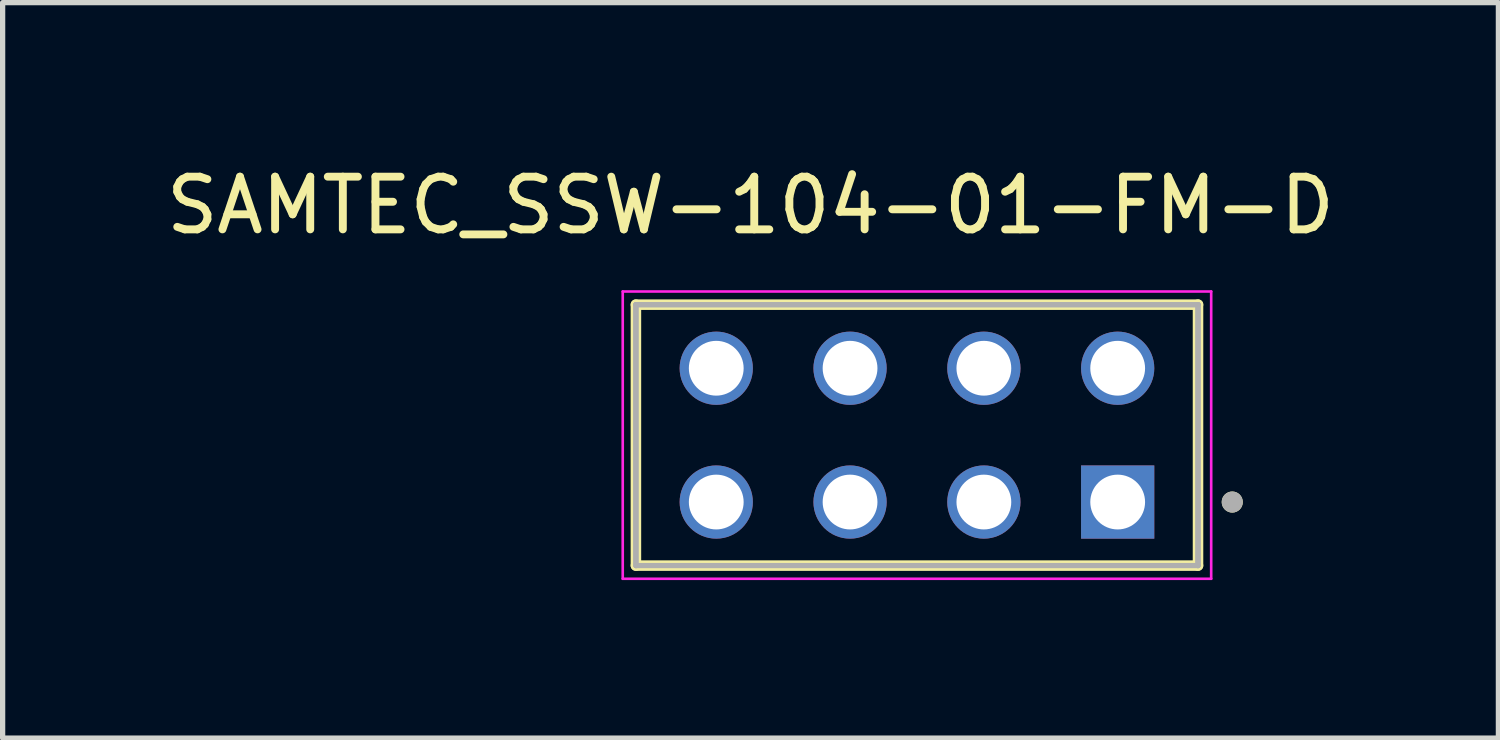
<source format=kicad_pcb>
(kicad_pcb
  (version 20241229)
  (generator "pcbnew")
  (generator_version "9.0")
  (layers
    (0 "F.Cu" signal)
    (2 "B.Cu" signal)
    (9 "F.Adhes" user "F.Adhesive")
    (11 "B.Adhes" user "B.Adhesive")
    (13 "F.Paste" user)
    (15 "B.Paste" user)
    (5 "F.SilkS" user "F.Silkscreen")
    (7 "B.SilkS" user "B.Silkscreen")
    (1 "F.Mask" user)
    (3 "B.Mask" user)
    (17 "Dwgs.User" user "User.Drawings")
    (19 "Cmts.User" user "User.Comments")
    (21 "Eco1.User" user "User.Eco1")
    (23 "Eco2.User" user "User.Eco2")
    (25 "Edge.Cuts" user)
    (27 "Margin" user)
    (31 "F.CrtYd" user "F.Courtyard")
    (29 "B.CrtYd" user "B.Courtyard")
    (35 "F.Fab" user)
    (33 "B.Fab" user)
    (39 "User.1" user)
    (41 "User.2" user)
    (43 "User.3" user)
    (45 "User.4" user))
  (footprint "SAMTEC_SSW-104-01-FM-D"
    (layer "F.Cu")
    (at 18.166 6.48)
    (property "Reference" "SAMTEC_SSW-104-01-FM-D" (at -6.97 -5.631 0) (layer "F.SilkS") (effects (font (size 1 1) (thickness 0.15))))
    (attr through_hole)
    (fp_line (start -9.145 1.206) (end -9.145 -3.747) (stroke (width 0.2) (type solid)) (layer "F.SilkS"))
    (fp_line (start 1.525 -3.747) (end -9.145 -3.747) (stroke (width 0.2) (type solid)) (layer "F.SilkS"))
    (fp_line (start 1.525 -3.747) (end 1.525 1.206) (stroke (width 0.2) (type solid)) (layer "F.SilkS"))
    (fp_line (start 1.525 1.206) (end -9.145 1.206) (stroke (width 0.2) (type solid)) (layer "F.SilkS"))
    (fp_circle (center 2.175 0) (end 2.275 0) (stroke (width 0.2) (type solid)) (fill no) (layer "F.SilkS"))
    (fp_line (start -9.395 -3.997) (end 1.775 -3.997) (stroke (width 0.05) (type solid)) (layer "F.CrtYd"))
    (fp_line (start -9.395 1.456) (end -9.395 -3.997) (stroke (width 0.05) (type solid)) (layer "F.CrtYd"))
    (fp_line (start 1.775 -3.997) (end 1.775 1.456) (stroke (width 0.05) (type solid)) (layer "F.CrtYd"))
    (fp_line (start 1.775 1.456) (end -9.395 1.456) (stroke (width 0.05) (type solid)) (layer "F.CrtYd"))
    (fp_line (start -9.145 -3.747) (end 1.525 -3.747) (stroke (width 0.1) (type solid)) (layer "F.Fab"))
    (fp_line (start -9.145 -3.747) (end 1.525 -3.747) (stroke (width 0.1) (type solid)) (layer "F.Fab"))
    (fp_line (start -9.145 1.206) (end -9.145 -3.747) (stroke (width 0.1) (type solid)) (layer "F.Fab"))
    (fp_line (start -9.145 1.206) (end -9.145 -3.747) (stroke (width 0.1) (type solid)) (layer "F.Fab"))
    (fp_line (start 1.525 -3.747) (end 1.525 1.206) (stroke (width 0.1) (type solid)) (layer "F.Fab"))
    (fp_line (start 1.525 -3.747) (end 1.525 1.206) (stroke (width 0.1) (type solid)) (layer "F.Fab"))
    (fp_line (start 1.525 1.206) (end -9.145 1.206) (stroke (width 0.1) (type solid)) (layer "F.Fab"))
    (fp_circle (center 2.175 0) (end 2.275 0) (stroke (width 0.2) (type solid)) (fill no) (layer "F.Fab"))
    (pad "01" thru_hole rect (at 0 0) (size 1.39 1.39) (drill 1.04) (layers "*.Cu" "*.Mask"))
    (pad "02" thru_hole circle (at 0 -2.54) (size 1.39 1.39) (drill 1.04) (layers "*.Cu" "*.Mask"))
    (pad "03" thru_hole circle (at -2.54 0) (size 1.39 1.39) (drill 1.04) (layers "*.Cu" "*.Mask"))
    (pad "04" thru_hole circle (at -2.54 -2.54) (size 1.39 1.39) (drill 1.04) (layers "*.Cu" "*.Mask"))
    (pad "05" thru_hole circle (at -5.08 0) (size 1.39 1.39) (drill 1.04) (layers "*.Cu" "*.Mask"))
    (pad "06" thru_hole circle (at -5.08 -2.54) (size 1.39 1.39) (drill 1.04) (layers "*.Cu" "*.Mask"))
    (pad "07" thru_hole circle (at -7.62 0) (size 1.39 1.39) (drill 1.04) (layers "*.Cu" "*.Mask"))
    (pad "08" thru_hole circle (at -7.62 -2.54) (size 1.39 1.39) (drill 1.04) (layers "*.Cu" "*.Mask")))
  (gr_rect
    (start -3 -3)
    (end 25.393 10.961)
    (stroke (width 0.1) (type default))
    (fill no)
    (layer "Edge.Cuts")))
</source>
